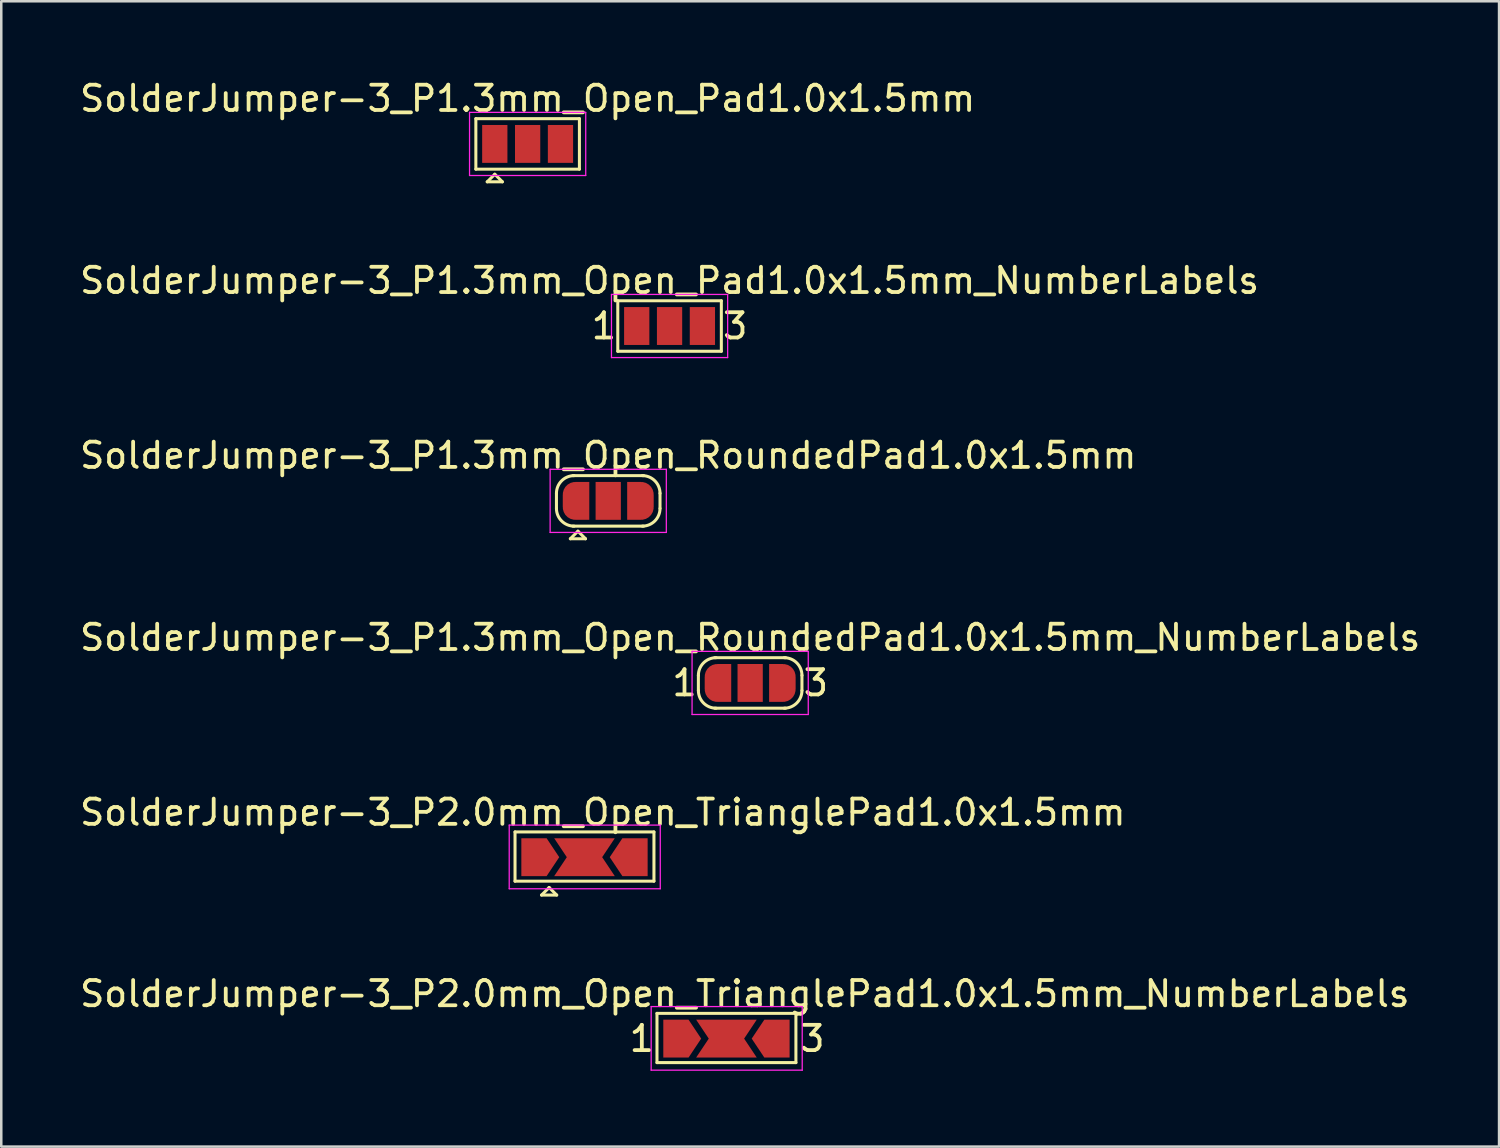
<source format=kicad_pcb>
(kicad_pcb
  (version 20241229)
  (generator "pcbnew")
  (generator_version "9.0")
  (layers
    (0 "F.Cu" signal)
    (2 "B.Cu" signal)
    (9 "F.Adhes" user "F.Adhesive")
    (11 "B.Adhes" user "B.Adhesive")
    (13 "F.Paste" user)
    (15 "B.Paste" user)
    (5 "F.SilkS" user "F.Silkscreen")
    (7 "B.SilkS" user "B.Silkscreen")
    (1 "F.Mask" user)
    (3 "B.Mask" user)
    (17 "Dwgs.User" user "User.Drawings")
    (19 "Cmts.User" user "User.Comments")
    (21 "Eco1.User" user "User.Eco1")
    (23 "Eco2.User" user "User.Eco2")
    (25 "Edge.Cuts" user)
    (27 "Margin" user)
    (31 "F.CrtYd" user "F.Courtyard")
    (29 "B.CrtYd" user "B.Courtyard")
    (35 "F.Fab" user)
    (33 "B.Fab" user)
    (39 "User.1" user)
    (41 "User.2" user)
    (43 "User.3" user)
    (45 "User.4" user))
  (footprint "SolderJumper-3_P2.0mm_Open_TrianglePad1.0x1.5mm"
    (layer "F.Cu")
    (at 20.09 30.886)
    (property "Reference" "SolderJumper-3_P2.0mm_Open_TrianglePad1.0x1.5mm" (at 0.725 -1.775 0) (layer "F.SilkS") (effects (font (size 1 1) (thickness 0.15))))
    (attr exclude_from_pos_files exclude_from_bom allow_soldermask_bridges)
    (fp_rect (start -2.5 -0.75) (end 2.5 0.75) (stroke (width 0) (type default)) (fill yes) (layer "F.Mask"))
    (fp_line (start -2.75 -1) (end 2.75 -1) (stroke (width 0.12) (type solid)) (layer "F.SilkS"))
    (fp_line (start -2.75 0.95) (end -2.75 -1) (stroke (width 0.12) (type solid)) (layer "F.SilkS"))
    (fp_line (start -1.7 1.5) (end -1.1 1.5) (stroke (width 0.12) (type solid)) (layer "F.SilkS"))
    (fp_line (start -1.4 1.2) (end -1.7 1.5) (stroke (width 0.12) (type solid)) (layer "F.SilkS"))
    (fp_line (start -1.1 1.5) (end -1.4 1.2) (stroke (width 0.12) (type solid)) (layer "F.SilkS"))
    (fp_line (start 2.75 -1) (end 2.75 0.95) (stroke (width 0.12) (type solid)) (layer "F.SilkS"))
    (fp_line (start 2.75 0.95) (end -2.75 0.95) (stroke (width 0.12) (type solid)) (layer "F.SilkS"))
    (fp_line (start -2.98 -1.27) (end -2.98 1.25) (stroke (width 0.05) (type solid)) (layer "F.CrtYd"))
    (fp_line (start -2.98 -1.27) (end 3 -1.27) (stroke (width 0.05) (type solid)) (layer "F.CrtYd"))
    (fp_line (start 3 1.25) (end -2.98 1.25) (stroke (width 0.05) (type solid)) (layer "F.CrtYd"))
    (fp_line (start 3 1.25) (end 3 -1.27) (stroke (width 0.05) (type solid)) (layer "F.CrtYd"))
    (pad "1" smd custom (at -2 0) (size 0.3 0.3) (layers "F.Cu" "F.Mask") (options (anchor rect)) (primitives (gr_poly (pts (xy 1 0) (xy 0.5 0.75) (xy -0.5 0.75) (xy -0.5 -0.75) (xy 0.5 -0.75)) (width 0) (fill yes))))
    (pad "2" smd custom (at 0 0) (size 0.3 0.3) (layers "F.Cu") (options (anchor rect)) (primitives (gr_poly (pts (xy 0.7 0) (xy 1.2 0.75) (xy -1.2 0.75) (xy -0.7 0) (xy -1.2 -0.75) (xy 1.2 -0.75)) (width 0) (fill yes))))
    (pad "3" smd custom (at 2 0 180) (size 0.3 0.3) (layers "F.Cu" "F.Mask") (options (anchor rect)) (primitives (gr_poly (pts (xy 1 0) (xy 0.5 0.75) (xy -0.5 0.75) (xy -0.5 -0.75) (xy 0.5 -0.75)) (width 0) (fill yes)))))
  (footprint "SolderJumper-3_P1.3mm_Open_RoundedPad1.0x1.5mm_NumberLabels"
    (layer "F.Cu")
    (at 26.649 23.988)
    (property "Reference" "SolderJumper-3_P1.3mm_Open_RoundedPad1.0x1.5mm_NumberLabels" (at 0 -1.8 0) (layer "F.SilkS") (effects (font (size 1 1) (thickness 0.15))))
    (attr exclude_from_pos_files exclude_from_bom allow_soldermask_bridges)
    (fp_rect (start -0.75 -0.75) (end 0.75 0.75) (stroke (width 0) (type default)) (fill yes) (layer "F.Mask"))
    (fp_line (start -2.05 0.3) (end -2.05 -0.3) (stroke (width 0.12) (type solid)) (layer "F.SilkS"))
    (fp_line (start -1.4 -1) (end 1.4 -1) (stroke (width 0.12) (type solid)) (layer "F.SilkS"))
    (fp_line (start 1.4 1) (end -1.4 1) (stroke (width 0.12) (type solid)) (layer "F.SilkS"))
    (fp_line (start 2.05 -0.3) (end 2.05 0.3) (stroke (width 0.12) (type solid)) (layer "F.SilkS"))
    (fp_arc (start -2.05 -0.3) (mid -1.844975 -0.794975) (end -1.35 -1) (stroke (width 0.12) (type solid)) (layer "F.SilkS"))
    (fp_arc (start -1.35 1) (mid -1.844975 0.794975) (end -2.05 0.3) (stroke (width 0.12) (type solid)) (layer "F.SilkS"))
    (fp_arc (start 1.35 -1) (mid 1.844975 -0.794975) (end 2.05 -0.3) (stroke (width 0.12) (type solid)) (layer "F.SilkS"))
    (fp_arc (start 2.05 0.3) (mid 1.844975 0.794975) (end 1.35 1) (stroke (width 0.12) (type solid)) (layer "F.SilkS"))
    (fp_line (start -2.3 -1.25) (end -2.3 1.25) (stroke (width 0.05) (type solid)) (layer "F.CrtYd"))
    (fp_line (start -2.3 -1.25) (end 2.3 -1.25) (stroke (width 0.05) (type solid)) (layer "F.CrtYd"))
    (fp_line (start 2.3 1.25) (end -2.3 1.25) (stroke (width 0.05) (type solid)) (layer "F.CrtYd"))
    (fp_line (start 2.3 1.25) (end 2.3 -1.25) (stroke (width 0.05) (type solid)) (layer "F.CrtYd"))
    (fp_text user "1" (at -2.6 0 0) (layer "F.SilkS") (effects (font (size 1 1) (thickness 0.15))))
    (fp_text user "3" (at 2.6 0 0) (layer "F.SilkS") (effects (font (size 1 1) (thickness 0.15))))
    (pad "1" smd custom (at -1.3 0) (size 1 0.5) (layers "F.Cu" "F.Mask") (options (anchor rect)) (primitives (gr_circle (center 0 0.25) (end 0.5 0.25) (width 0) (fill yes)) (gr_circle (center 0 -0.25) (end 0.5 -0.25) (width 0) (fill yes)) (gr_poly (pts (xy 0.55 0.75) (xy 0 0.75) (xy 0 -0.75) (xy 0.55 -0.75)) (width 0) (fill yes))))
    (pad "2" smd rect (at 0 0) (size 1 1.5) (layers "F.Cu" "F.Mask"))
    (pad "3" smd custom (at 1.3 0) (size 1 0.5) (layers "F.Cu" "F.Mask") (options (anchor rect)) (primitives (gr_circle (center 0 0.25) (end 0.5 0.25) (width 0) (fill yes)) (gr_circle (center 0 -0.25) (end 0.5 -0.25) (width 0) (fill yes)) (gr_poly (pts (xy 0 0.75) (xy -0.55 0.75) (xy -0.55 -0.75) (xy 0 -0.75)) (width 0) (fill yes)))))
  (footprint "SolderJumper-3_P1.3mm_Open_Pad1.0x1.5mm_NumberLabels"
    (layer "F.Cu")
    (at 23.458 9.857)
    (property "Reference" "SolderJumper-3_P1.3mm_Open_Pad1.0x1.5mm_NumberLabels" (at 0 -1.8 0) (layer "F.SilkS") (effects (font (size 1 1) (thickness 0.15))))
    (attr exclude_from_pos_files exclude_from_bom allow_soldermask_bridges)
    (fp_rect (start -0.8 -0.75) (end 0.8 0.75) (stroke (width 0) (type default)) (fill yes) (layer "F.Mask"))
    (fp_line (start -2.05 -1) (end 2.05 -1) (stroke (width 0.12) (type solid)) (layer "F.SilkS"))
    (fp_line (start -2.05 1) (end -2.05 -1) (stroke (width 0.12) (type solid)) (layer "F.SilkS"))
    (fp_line (start 2.05 -1) (end 2.05 1) (stroke (width 0.12) (type solid)) (layer "F.SilkS"))
    (fp_line (start 2.05 1) (end -2.05 1) (stroke (width 0.12) (type solid)) (layer "F.SilkS"))
    (fp_line (start -2.3 -1.25) (end -2.3 1.25) (stroke (width 0.05) (type solid)) (layer "F.CrtYd"))
    (fp_line (start -2.3 -1.25) (end 2.3 -1.25) (stroke (width 0.05) (type solid)) (layer "F.CrtYd"))
    (fp_line (start 2.3 1.25) (end -2.3 1.25) (stroke (width 0.05) (type solid)) (layer "F.CrtYd"))
    (fp_line (start 2.3 1.25) (end 2.3 -1.25) (stroke (width 0.05) (type solid)) (layer "F.CrtYd"))
    (fp_text user "3" (at 2.6 0 0) (layer "F.SilkS") (effects (font (size 1 1) (thickness 0.15))))
    (fp_text user "1" (at -2.6 0 0) (layer "F.SilkS") (effects (font (size 1 1) (thickness 0.15))))
    (pad "1" smd rect (at -1.3 0) (size 1 1.5) (layers "F.Cu" "F.Mask"))
    (pad "2" smd rect (at 0 0) (size 1 1.5) (layers "F.Cu" "F.Mask"))
    (pad "3" smd rect (at 1.3 0) (size 1 1.5) (layers "F.Cu" "F.Mask")))
  (footprint "SolderJumper-3_P1.3mm_Open_RoundedPad1.0x1.5mm"
    (layer "F.Cu")
    (at 21.03 16.78)
    (property "Reference" "SolderJumper-3_P1.3mm_Open_RoundedPad1.0x1.5mm" (at 0 -1.8 0) (layer "F.SilkS") (effects (font (size 1 1) (thickness 0.15))))
    (attr exclude_from_pos_files exclude_from_bom allow_soldermask_bridges)
    (fp_rect (start -0.75 -0.75) (end 0.75 0.75) (stroke (width 0) (type default)) (fill yes) (layer "F.Mask"))
    (fp_line (start -2.05 0.3) (end -2.05 -0.3) (stroke (width 0.12) (type solid)) (layer "F.SilkS"))
    (fp_line (start -1.5 1.5) (end -0.9 1.5) (stroke (width 0.12) (type solid)) (layer "F.SilkS"))
    (fp_line (start -1.4 -1) (end 1.4 -1) (stroke (width 0.12) (type solid)) (layer "F.SilkS"))
    (fp_line (start -1.2 1.2) (end -1.5 1.5) (stroke (width 0.12) (type solid)) (layer "F.SilkS"))
    (fp_line (start -1.2 1.2) (end -0.9 1.5) (stroke (width 0.12) (type solid)) (layer "F.SilkS"))
    (fp_line (start 1.4 1) (end -1.4 1) (stroke (width 0.12) (type solid)) (layer "F.SilkS"))
    (fp_line (start 2.05 -0.3) (end 2.05 0.3) (stroke (width 0.12) (type solid)) (layer "F.SilkS"))
    (fp_arc (start -2.05 -0.3) (mid -1.844975 -0.794975) (end -1.35 -1) (stroke (width 0.12) (type solid)) (layer "F.SilkS"))
    (fp_arc (start -1.35 1) (mid -1.844975 0.794975) (end -2.05 0.3) (stroke (width 0.12) (type solid)) (layer "F.SilkS"))
    (fp_arc (start 1.35 -1) (mid 1.844975 -0.794975) (end 2.05 -0.3) (stroke (width 0.12) (type solid)) (layer "F.SilkS"))
    (fp_arc (start 2.05 0.3) (mid 1.844975 0.794975) (end 1.35 1) (stroke (width 0.12) (type solid)) (layer "F.SilkS"))
    (fp_line (start -2.3 -1.25) (end -2.3 1.25) (stroke (width 0.05) (type solid)) (layer "F.CrtYd"))
    (fp_line (start -2.3 -1.25) (end 2.3 -1.25) (stroke (width 0.05) (type solid)) (layer "F.CrtYd"))
    (fp_line (start 2.3 1.25) (end -2.3 1.25) (stroke (width 0.05) (type solid)) (layer "F.CrtYd"))
    (fp_line (start 2.3 1.25) (end 2.3 -1.25) (stroke (width 0.05) (type solid)) (layer "F.CrtYd"))
    (pad "1" smd custom (at -1.3 0) (size 1 0.5) (layers "F.Cu" "F.Mask") (options (anchor rect)) (primitives (gr_circle (center 0 0.25) (end 0.5 0.25) (width 0) (fill yes)) (gr_circle (center 0 -0.25) (end 0.5 -0.25) (width 0) (fill yes)) (gr_poly (pts (xy 0.55 0.75) (xy 0 0.75) (xy 0 -0.75) (xy 0.55 -0.75)) (width 0) (fill yes))))
    (pad "2" smd rect (at 0 0) (size 1 1.5) (layers "F.Cu" "F.Mask"))
    (pad "3" smd custom (at 1.3 0) (size 1 0.5) (layers "F.Cu" "F.Mask") (options (anchor rect)) (primitives (gr_circle (center 0 0.25) (end 0.5 0.25) (width 0) (fill yes)) (gr_circle (center 0 -0.25) (end 0.5 -0.25) (width 0) (fill yes)) (gr_poly (pts (xy 0 0.75) (xy -0.55 0.75) (xy -0.55 -0.75) (xy 0 -0.75)) (width 0) (fill yes)))))
  (footprint "SolderJumper-3_P2.0mm_Open_TrianglePad1.0x1.5mm_NumberLabels"
    (layer "F.Cu")
    (at 25.71 38.069)
    (property "Reference" "SolderJumper-3_P2.0mm_Open_TrianglePad1.0x1.5mm_NumberLabels" (at 0.725 -1.775 0) (layer "F.SilkS") (effects (font (size 1 1) (thickness 0.15))))
    (attr exclude_from_pos_files exclude_from_bom allow_soldermask_bridges)
    (fp_rect (start -2.5 -0.75) (end 2.5 0.75) (stroke (width 0) (type default)) (fill yes) (layer "F.Mask"))
    (fp_line (start -2.75 -1) (end 2.75 -1) (stroke (width 0.12) (type solid)) (layer "F.SilkS"))
    (fp_line (start -2.75 0.95) (end -2.75 -1) (stroke (width 0.12) (type solid)) (layer "F.SilkS"))
    (fp_line (start 2.75 -1) (end 2.75 0.95) (stroke (width 0.12) (type solid)) (layer "F.SilkS"))
    (fp_line (start 2.75 0.95) (end -2.75 0.95) (stroke (width 0.12) (type solid)) (layer "F.SilkS"))
    (fp_line (start -2.98 -1.27) (end -2.98 1.25) (stroke (width 0.05) (type solid)) (layer "F.CrtYd"))
    (fp_line (start -2.98 -1.27) (end 3 -1.27) (stroke (width 0.05) (type solid)) (layer "F.CrtYd"))
    (fp_line (start 3 1.25) (end -2.98 1.25) (stroke (width 0.05) (type solid)) (layer "F.CrtYd"))
    (fp_line (start 3 1.25) (end 3 -1.27) (stroke (width 0.05) (type solid)) (layer "F.CrtYd"))
    (fp_text user "1" (at -3.35 0 0) (layer "F.SilkS") (effects (font (size 1 1) (thickness 0.15))))
    (fp_text user "3" (at 3.4 0 0) (layer "F.SilkS") (effects (font (size 1 1) (thickness 0.15))))
    (pad "1" smd custom (at -2 0) (size 0.3 0.3) (layers "F.Cu" "F.Mask") (options (anchor rect)) (primitives (gr_poly (pts (xy 1 0) (xy 0.5 0.75) (xy -0.5 0.75) (xy -0.5 -0.75) (xy 0.5 -0.75)) (width 0) (fill yes))))
    (pad "2" smd custom (at 0 0) (size 0.3 0.3) (layers "F.Cu") (options (anchor rect)) (primitives (gr_poly (pts (xy 0.7 0) (xy 1.2 0.75) (xy -1.2 0.75) (xy -0.7 0) (xy -1.2 -0.75) (xy 1.2 -0.75)) (width 0) (fill yes))))
    (pad "3" smd custom (at 2 0 180) (size 0.3 0.3) (layers "F.Cu" "F.Mask") (options (anchor rect)) (primitives (gr_poly (pts (xy 1 0) (xy 0.5 0.75) (xy -0.5 0.75) (xy -0.5 -0.75) (xy 0.5 -0.75)) (width 0) (fill yes)))))
  (footprint "SolderJumper-3_P1.3mm_Open_Pad1.0x1.5mm"
    (layer "F.Cu")
    (at 17.839 2.648)
    (property "Reference" "SolderJumper-3_P1.3mm_Open_Pad1.0x1.5mm" (at 0 -1.8 0) (layer "F.SilkS") (effects (font (size 1 1) (thickness 0.15))))
    (attr exclude_from_pos_files exclude_from_bom allow_soldermask_bridges)
    (fp_rect (start -0.8 -0.75) (end 0.8 0.75) (stroke (width 0) (type default)) (fill yes) (layer "F.Mask"))
    (fp_line (start -2.05 -1) (end 2.05 -1) (stroke (width 0.12) (type solid)) (layer "F.SilkS"))
    (fp_line (start -2.05 1) (end -2.05 -1) (stroke (width 0.12) (type solid)) (layer "F.SilkS"))
    (fp_line (start -1.6 1.5) (end -1 1.5) (stroke (width 0.12) (type solid)) (layer "F.SilkS"))
    (fp_line (start -1.3 1.2) (end -1.6 1.5) (stroke (width 0.12) (type solid)) (layer "F.SilkS"))
    (fp_line (start -1.3 1.2) (end -1 1.5) (stroke (width 0.12) (type solid)) (layer "F.SilkS"))
    (fp_line (start 2.05 -1) (end 2.05 1) (stroke (width 0.12) (type solid)) (layer "F.SilkS"))
    (fp_line (start 2.05 1) (end -2.05 1) (stroke (width 0.12) (type solid)) (layer "F.SilkS"))
    (fp_line (start -2.3 -1.25) (end -2.3 1.25) (stroke (width 0.05) (type solid)) (layer "F.CrtYd"))
    (fp_line (start -2.3 -1.25) (end 2.3 -1.25) (stroke (width 0.05) (type solid)) (layer "F.CrtYd"))
    (fp_line (start 2.3 1.25) (end -2.3 1.25) (stroke (width 0.05) (type solid)) (layer "F.CrtYd"))
    (fp_line (start 2.3 1.25) (end 2.3 -1.25) (stroke (width 0.05) (type solid)) (layer "F.CrtYd"))
    (pad "1" smd rect (at -1.3 0) (size 1 1.5) (layers "F.Cu" "F.Mask"))
    (pad "2" smd rect (at 0 0) (size 1 1.5) (layers "F.Cu" "F.Mask"))
    (pad "3" smd rect (at 1.3 0) (size 1 1.5) (layers "F.Cu" "F.Mask")))
  (gr_rect
    (start -3 -3)
    (end 56.298 42.344)
    (stroke (width 0.1) (type default))
    (fill no)
    (layer "Edge.Cuts")))
</source>
